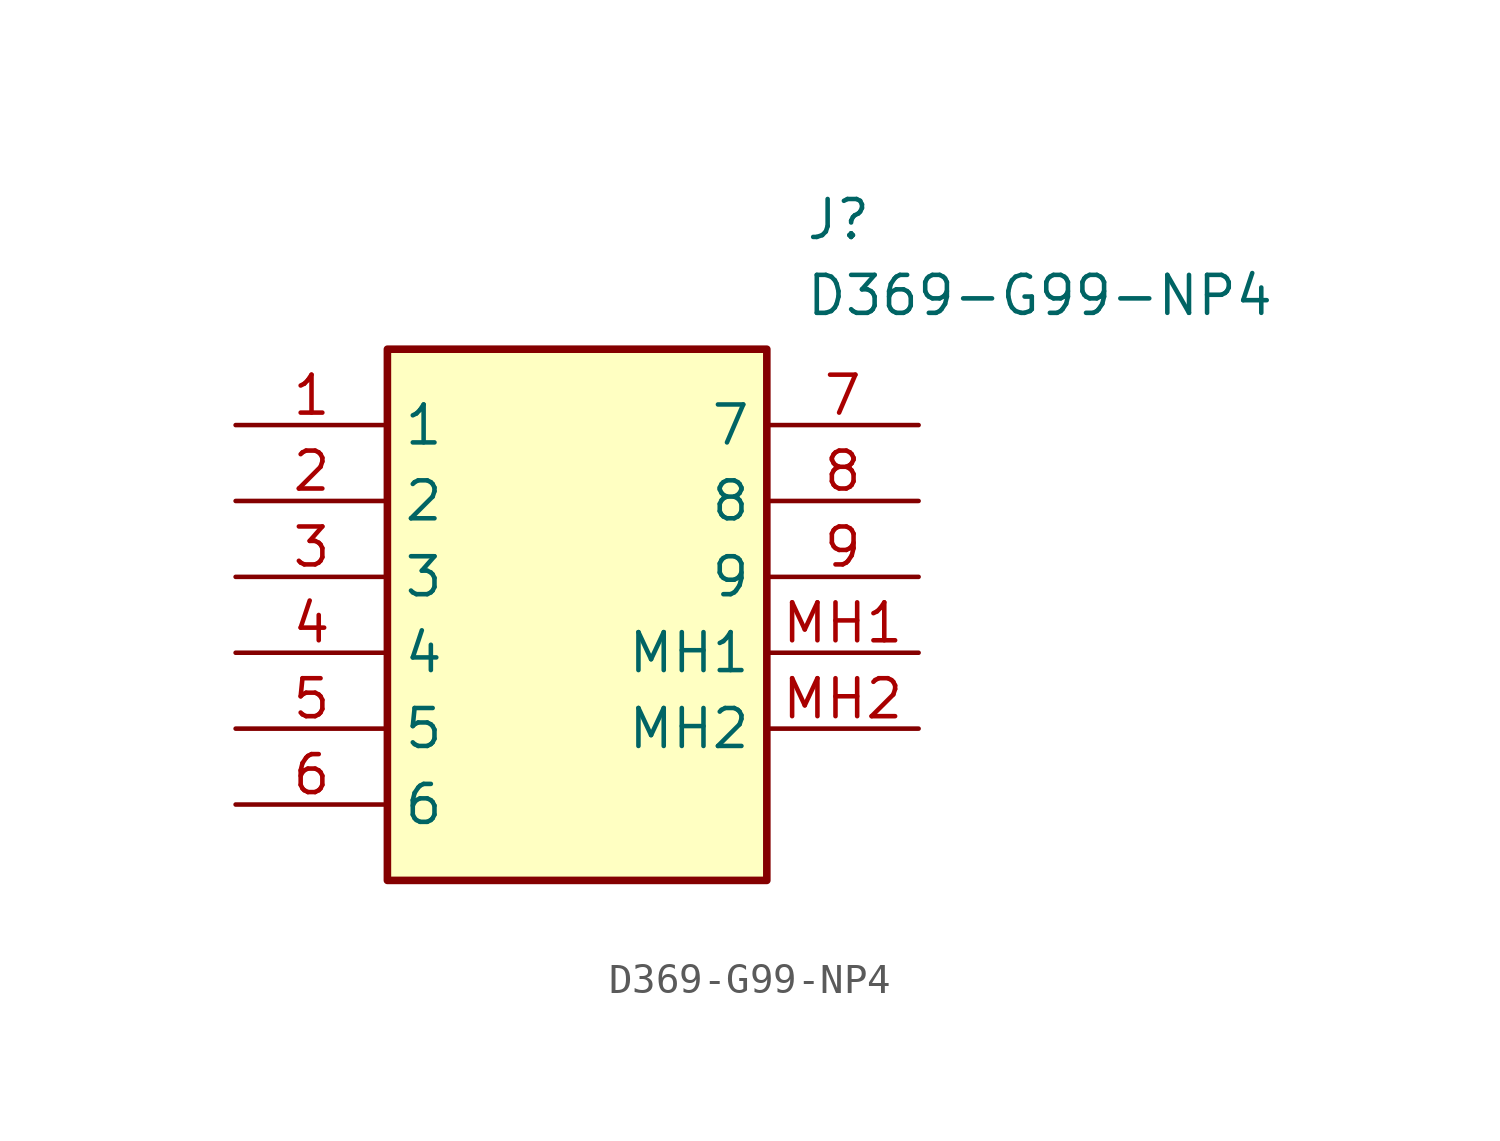
<source format=kicad_sym>
(kicad_symbol_lib
  (version 20211014)
  (generator SamacSys_ECAD_Model)
  (symbol "D369-G99-NP4"
    (property "Reference" "J"
      (at 19.05 7.62 0)
      (effects (font (size 1.27 1.27)) (justify left top)))
    (property "Value" "D369-G99-NP4"
      (at 19.05 5.08 0)
      (effects (font (size 1.27 1.27)) (justify left top)))
    (rectangle
      (start 5.08 2.54)
      (end 17.78 -15.24)
      (stroke (width 0.254) (type default))
      (fill (type background)))
    (pin passive line
      (at 0 0 0)
      (length 5.08)
      (name "1" (effects (font (size 1.27 1.27))))
      (number "1" (effects (font (size 1.27 1.27)))))
    (pin passive line
      (at 0 -2.54 0)
      (length 5.08)
      (name "2" (effects (font (size 1.27 1.27))))
      (number "2" (effects (font (size 1.27 1.27)))))
    (pin passive line
      (at 0 -5.08 0)
      (length 5.08)
      (name "3" (effects (font (size 1.27 1.27))))
      (number "3" (effects (font (size 1.27 1.27)))))
    (pin passive line
      (at 0 -7.62 0)
      (length 5.08)
      (name "4" (effects (font (size 1.27 1.27))))
      (number "4" (effects (font (size 1.27 1.27)))))
    (pin passive line
      (at 0 -10.16 0)
      (length 5.08)
      (name "5" (effects (font (size 1.27 1.27))))
      (number "5" (effects (font (size 1.27 1.27)))))
    (pin passive line
      (at 0 -12.7 0)
      (length 5.08)
      (name "6" (effects (font (size 1.27 1.27))))
      (number "6" (effects (font (size 1.27 1.27)))))
    (pin passive line
      (at 22.86 0 180)
      (length 5.08)
      (name "7" (effects (font (size 1.27 1.27))))
      (number "7" (effects (font (size 1.27 1.27)))))
    (pin passive line
      (at 22.86 -2.54 180)
      (length 5.08)
      (name "8" (effects (font (size 1.27 1.27))))
      (number "8" (effects (font (size 1.27 1.27)))))
    (pin passive line
      (at 22.86 -5.08 180)
      (length 5.08)
      (name "9" (effects (font (size 1.27 1.27))))
      (number "9" (effects (font (size 1.27 1.27)))))
    (pin passive line
      (at 22.86 -7.62 180)
      (length 5.08)
      (name "MH1" (effects (font (size 1.27 1.27))))
      (number "MH1" (effects (font (size 1.27 1.27)))))
    (pin passive line
      (at 22.86 -10.16 180)
      (length 5.08)
      (name "MH2" (effects (font (size 1.27 1.27))))
      (number "MH2" (effects (font (size 1.27 1.27)))))))
</source>
